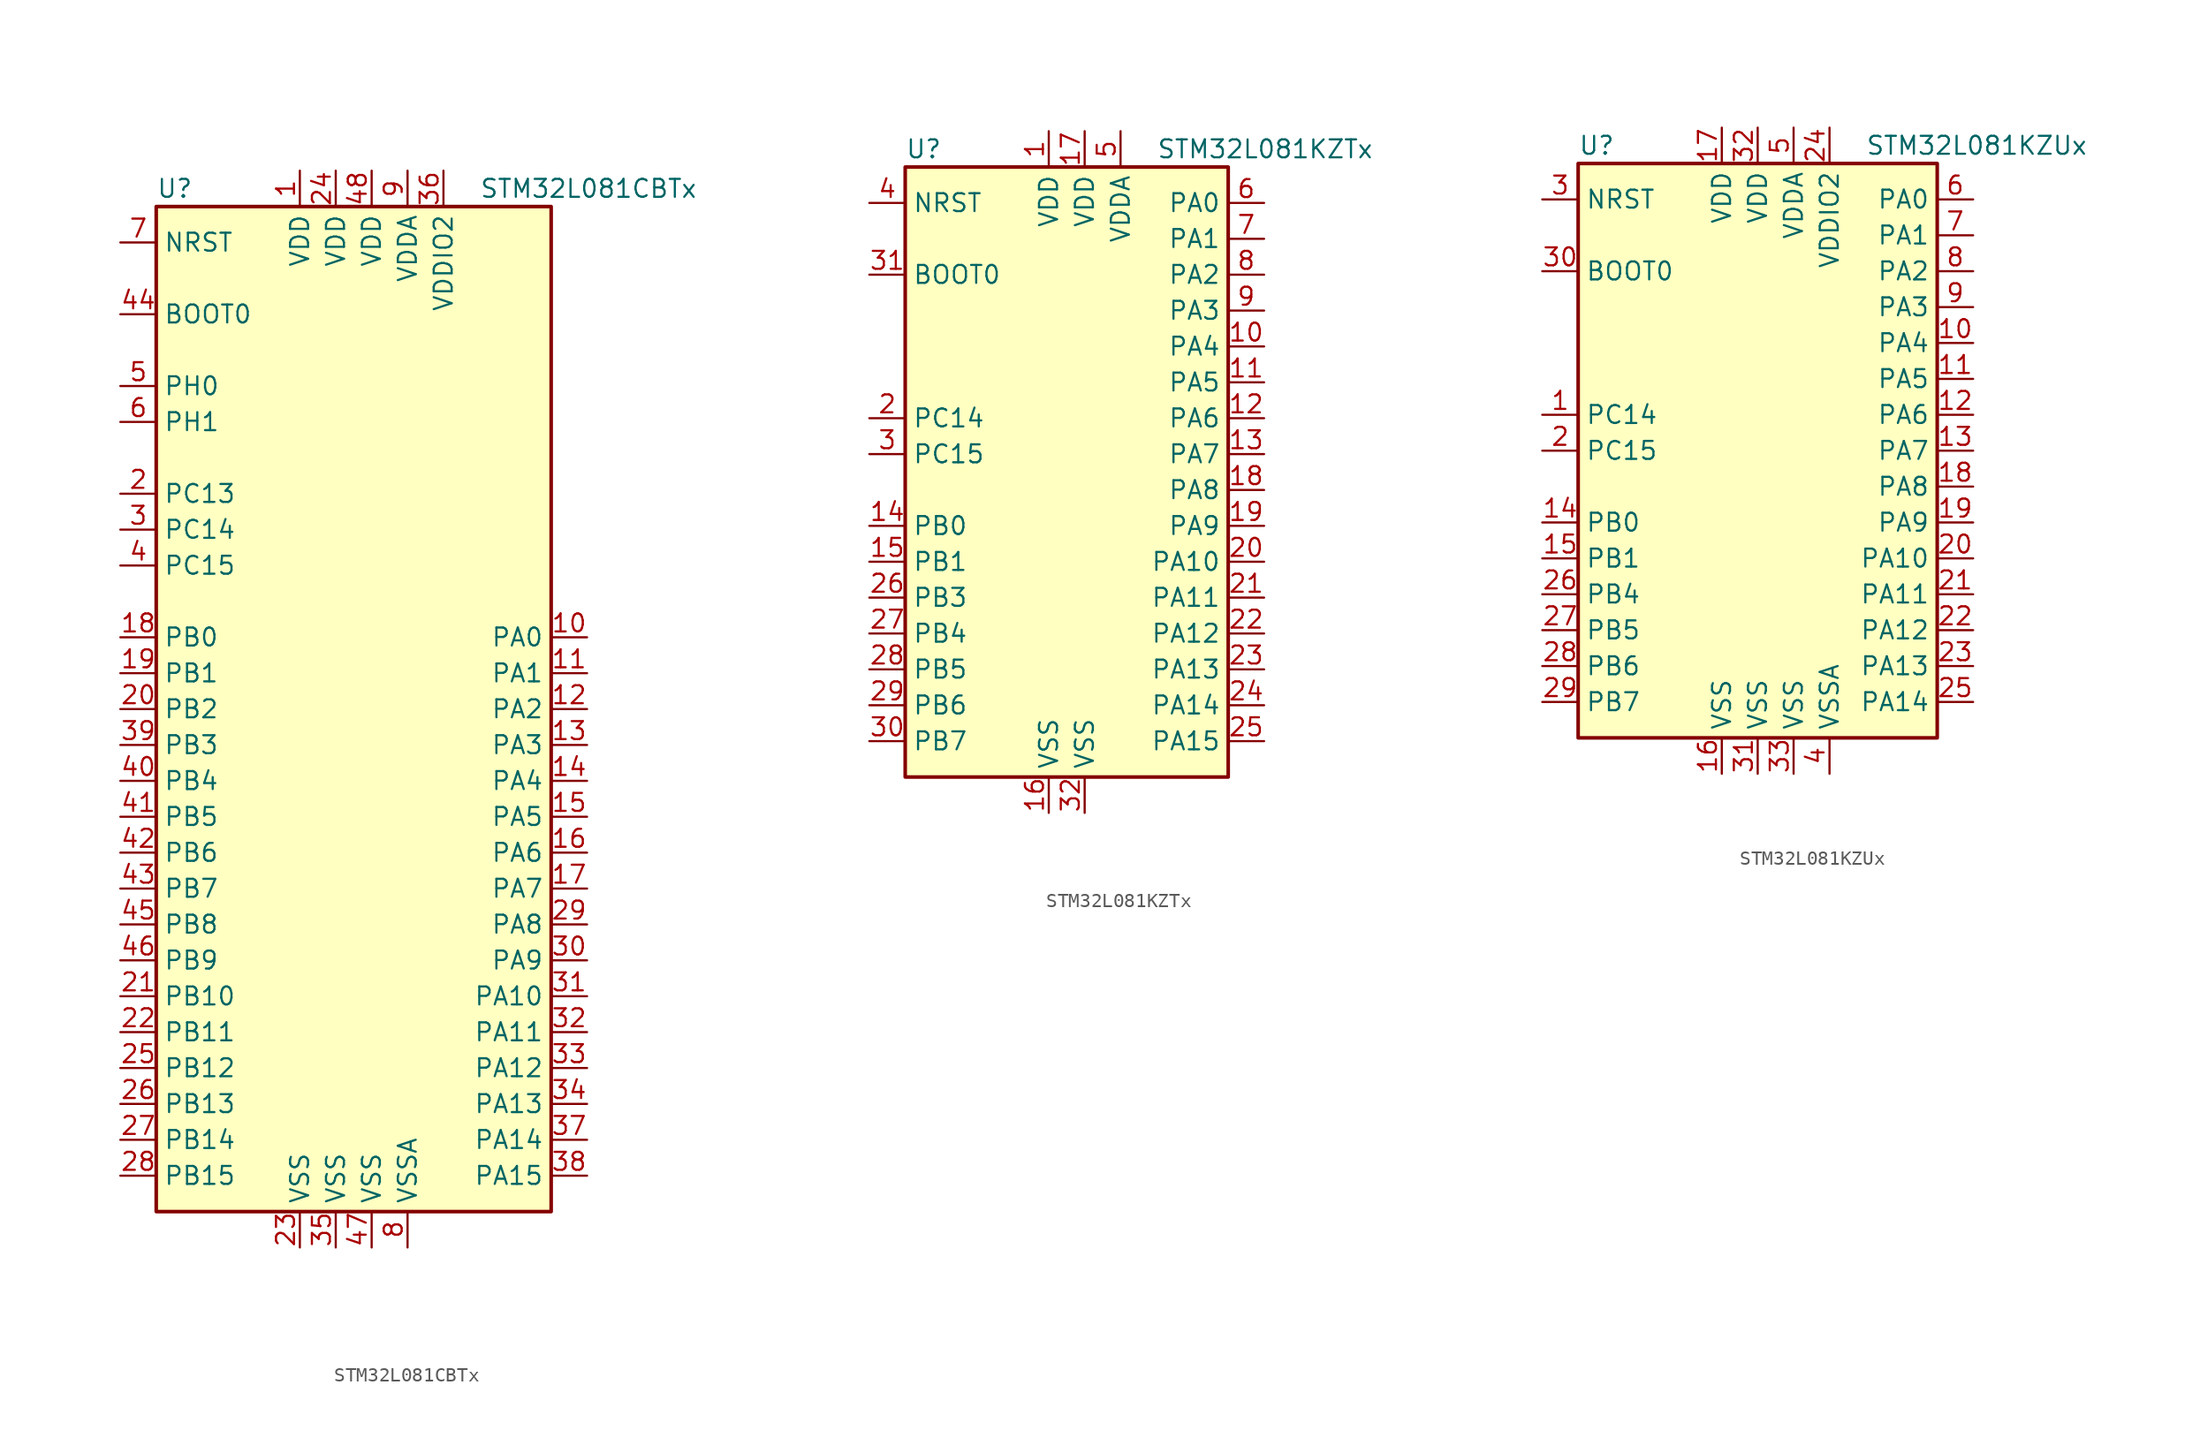
<source format=kicad_sym>
(kicad_symbol_lib
  (version 20201005)
  (generator kicad_symbol_editor)
  (symbol "STM32L081CBTx"
    (property "Reference" "U"
      (at -15.24 36.83 0)
      (effects (font (size 1.27 1.27)) (justify left)))
    (property "Value" "STM32L081CBTx"
      (at 7.62 36.83 0)
      (effects (font (size 1.27 1.27)) (justify left)))
    (symbol "STM32L081CBTx_0_1"
      (rectangle (start -15.24 -35.56) (end 12.7 35.56) (stroke (width 0.254)) (fill (type background))))
    (symbol "STM32L081CBTx_1_1"
      (pin power_in line (at -5.08 38.1 270) (length 2.54) (name "VDD" (effects (font (size 1.27 1.27)))) (number "1" (effects (font (size 1.27 1.27)))))
      (pin bidirectional line (at 15.24 5.08 180) (length 2.54) (name "PA0" (effects (font (size 1.27 1.27)))) (number "10" (effects (font (size 1.27 1.27)))))
      (pin bidirectional line (at 15.24 2.54 180) (length 2.54) (name "PA1" (effects (font (size 1.27 1.27)))) (number "11" (effects (font (size 1.27 1.27)))))
      (pin bidirectional line (at 15.24 0 180) (length 2.54) (name "PA2" (effects (font (size 1.27 1.27)))) (number "12" (effects (font (size 1.27 1.27)))))
      (pin bidirectional line (at 15.24 -2.54 180) (length 2.54) (name "PA3" (effects (font (size 1.27 1.27)))) (number "13" (effects (font (size 1.27 1.27)))))
      (pin bidirectional line (at 15.24 -5.08 180) (length 2.54) (name "PA4" (effects (font (size 1.27 1.27)))) (number "14" (effects (font (size 1.27 1.27)))))
      (pin bidirectional line (at 15.24 -7.62 180) (length 2.54) (name "PA5" (effects (font (size 1.27 1.27)))) (number "15" (effects (font (size 1.27 1.27)))))
      (pin bidirectional line (at 15.24 -10.16 180) (length 2.54) (name "PA6" (effects (font (size 1.27 1.27)))) (number "16" (effects (font (size 1.27 1.27)))))
      (pin bidirectional line (at 15.24 -12.7 180) (length 2.54) (name "PA7" (effects (font (size 1.27 1.27)))) (number "17" (effects (font (size 1.27 1.27)))))
      (pin bidirectional line (at -17.78 5.08 0) (length 2.54) (name "PB0" (effects (font (size 1.27 1.27)))) (number "18" (effects (font (size 1.27 1.27)))))
      (pin bidirectional line (at -17.78 2.54 0) (length 2.54) (name "PB1" (effects (font (size 1.27 1.27)))) (number "19" (effects (font (size 1.27 1.27)))))
      (pin bidirectional line (at -17.78 15.24 0) (length 2.54) (name "PC13" (effects (font (size 1.27 1.27)))) (number "2" (effects (font (size 1.27 1.27)))))
      (pin bidirectional line (at -17.78 0 0) (length 2.54) (name "PB2" (effects (font (size 1.27 1.27)))) (number "20" (effects (font (size 1.27 1.27)))))
      (pin bidirectional line (at -17.78 -20.32 0) (length 2.54) (name "PB10" (effects (font (size 1.27 1.27)))) (number "21" (effects (font (size 1.27 1.27)))))
      (pin bidirectional line (at -17.78 -22.86 0) (length 2.54) (name "PB11" (effects (font (size 1.27 1.27)))) (number "22" (effects (font (size 1.27 1.27)))))
      (pin power_in line (at -5.08 -38.1 90) (length 2.54) (name "VSS" (effects (font (size 1.27 1.27)))) (number "23" (effects (font (size 1.27 1.27)))))
      (pin power_in line (at -2.54 38.1 270) (length 2.54) (name "VDD" (effects (font (size 1.27 1.27)))) (number "24" (effects (font (size 1.27 1.27)))))
      (pin bidirectional line (at -17.78 -25.4 0) (length 2.54) (name "PB12" (effects (font (size 1.27 1.27)))) (number "25" (effects (font (size 1.27 1.27)))))
      (pin bidirectional line (at -17.78 -27.94 0) (length 2.54) (name "PB13" (effects (font (size 1.27 1.27)))) (number "26" (effects (font (size 1.27 1.27)))))
      (pin bidirectional line (at -17.78 -30.48 0) (length 2.54) (name "PB14" (effects (font (size 1.27 1.27)))) (number "27" (effects (font (size 1.27 1.27)))))
      (pin bidirectional line (at -17.78 -33.02 0) (length 2.54) (name "PB15" (effects (font (size 1.27 1.27)))) (number "28" (effects (font (size 1.27 1.27)))))
      (pin bidirectional line (at 15.24 -15.24 180) (length 2.54) (name "PA8" (effects (font (size 1.27 1.27)))) (number "29" (effects (font (size 1.27 1.27)))))
      (pin bidirectional line (at -17.78 12.7 0) (length 2.54) (name "PC14" (effects (font (size 1.27 1.27)))) (number "3" (effects (font (size 1.27 1.27)))))
      (pin bidirectional line (at 15.24 -17.78 180) (length 2.54) (name "PA9" (effects (font (size 1.27 1.27)))) (number "30" (effects (font (size 1.27 1.27)))))
      (pin bidirectional line (at 15.24 -20.32 180) (length 2.54) (name "PA10" (effects (font (size 1.27 1.27)))) (number "31" (effects (font (size 1.27 1.27)))))
      (pin bidirectional line (at 15.24 -22.86 180) (length 2.54) (name "PA11" (effects (font (size 1.27 1.27)))) (number "32" (effects (font (size 1.27 1.27)))))
      (pin bidirectional line (at 15.24 -25.4 180) (length 2.54) (name "PA12" (effects (font (size 1.27 1.27)))) (number "33" (effects (font (size 1.27 1.27)))))
      (pin bidirectional line (at 15.24 -27.94 180) (length 2.54) (name "PA13" (effects (font (size 1.27 1.27)))) (number "34" (effects (font (size 1.27 1.27)))))
      (pin power_in line (at -2.54 -38.1 90) (length 2.54) (name "VSS" (effects (font (size 1.27 1.27)))) (number "35" (effects (font (size 1.27 1.27)))))
      (pin power_in line (at 5.08 38.1 270) (length 2.54) (name "VDDIO2" (effects (font (size 1.27 1.27)))) (number "36" (effects (font (size 1.27 1.27)))))
      (pin bidirectional line (at 15.24 -30.48 180) (length 2.54) (name "PA14" (effects (font (size 1.27 1.27)))) (number "37" (effects (font (size 1.27 1.27)))))
      (pin bidirectional line (at 15.24 -33.02 180) (length 2.54) (name "PA15" (effects (font (size 1.27 1.27)))) (number "38" (effects (font (size 1.27 1.27)))))
      (pin bidirectional line (at -17.78 -2.54 0) (length 2.54) (name "PB3" (effects (font (size 1.27 1.27)))) (number "39" (effects (font (size 1.27 1.27)))))
      (pin bidirectional line (at -17.78 10.16 0) (length 2.54) (name "PC15" (effects (font (size 1.27 1.27)))) (number "4" (effects (font (size 1.27 1.27)))))
      (pin bidirectional line (at -17.78 -5.08 0) (length 2.54) (name "PB4" (effects (font (size 1.27 1.27)))) (number "40" (effects (font (size 1.27 1.27)))))
      (pin bidirectional line (at -17.78 -7.62 0) (length 2.54) (name "PB5" (effects (font (size 1.27 1.27)))) (number "41" (effects (font (size 1.27 1.27)))))
      (pin bidirectional line (at -17.78 -10.16 0) (length 2.54) (name "PB6" (effects (font (size 1.27 1.27)))) (number "42" (effects (font (size 1.27 1.27)))))
      (pin bidirectional line (at -17.78 -12.7 0) (length 2.54) (name "PB7" (effects (font (size 1.27 1.27)))) (number "43" (effects (font (size 1.27 1.27)))))
      (pin input line (at -17.78 27.94 0) (length 2.54) (name "BOOT0" (effects (font (size 1.27 1.27)))) (number "44" (effects (font (size 1.27 1.27)))))
      (pin bidirectional line (at -17.78 -15.24 0) (length 2.54) (name "PB8" (effects (font (size 1.27 1.27)))) (number "45" (effects (font (size 1.27 1.27)))))
      (pin bidirectional line (at -17.78 -17.78 0) (length 2.54) (name "PB9" (effects (font (size 1.27 1.27)))) (number "46" (effects (font (size 1.27 1.27)))))
      (pin power_in line (at 0 -38.1 90) (length 2.54) (name "VSS" (effects (font (size 1.27 1.27)))) (number "47" (effects (font (size 1.27 1.27)))))
      (pin power_in line (at 0 38.1 270) (length 2.54) (name "VDD" (effects (font (size 1.27 1.27)))) (number "48" (effects (font (size 1.27 1.27)))))
      (pin input line (at -17.78 22.86 0) (length 2.54) (name "PH0" (effects (font (size 1.27 1.27)))) (number "5" (effects (font (size 1.27 1.27)))))
      (pin input line (at -17.78 20.32 0) (length 2.54) (name "PH1" (effects (font (size 1.27 1.27)))) (number "6" (effects (font (size 1.27 1.27)))))
      (pin input line (at -17.78 33.02 0) (length 2.54) (name "NRST" (effects (font (size 1.27 1.27)))) (number "7" (effects (font (size 1.27 1.27)))))
      (pin power_in line (at 2.54 -38.1 90) (length 2.54) (name "VSSA" (effects (font (size 1.27 1.27)))) (number "8" (effects (font (size 1.27 1.27)))))
      (pin power_in line (at 2.54 38.1 270) (length 2.54) (name "VDDA" (effects (font (size 1.27 1.27)))) (number "9" (effects (font (size 1.27 1.27)))))))
  (symbol "STM32L081KZTx"
    (property "Reference" "U"
      (at -12.7 21.59 0)
      (effects (font (size 1.27 1.27)) (justify left)))
    (property "Value" "STM32L081KZTx"
      (at 5.08 21.59 0)
      (effects (font (size 1.27 1.27)) (justify left)))
    (symbol "STM32L081KZTx_0_1"
      (rectangle (start -12.7 -22.86) (end 10.16 20.32) (stroke (width 0.254)) (fill (type background))))
    (symbol "STM32L081KZTx_1_1"
      (pin power_in line (at -2.54 22.86 270) (length 2.54) (name "VDD" (effects (font (size 1.27 1.27)))) (number "1" (effects (font (size 1.27 1.27)))))
      (pin bidirectional line (at 12.7 7.62 180) (length 2.54) (name "PA4" (effects (font (size 1.27 1.27)))) (number "10" (effects (font (size 1.27 1.27)))))
      (pin bidirectional line (at 12.7 5.08 180) (length 2.54) (name "PA5" (effects (font (size 1.27 1.27)))) (number "11" (effects (font (size 1.27 1.27)))))
      (pin bidirectional line (at 12.7 2.54 180) (length 2.54) (name "PA6" (effects (font (size 1.27 1.27)))) (number "12" (effects (font (size 1.27 1.27)))))
      (pin bidirectional line (at 12.7 0 180) (length 2.54) (name "PA7" (effects (font (size 1.27 1.27)))) (number "13" (effects (font (size 1.27 1.27)))))
      (pin bidirectional line (at -15.24 -5.08 0) (length 2.54) (name "PB0" (effects (font (size 1.27 1.27)))) (number "14" (effects (font (size 1.27 1.27)))))
      (pin bidirectional line (at -15.24 -7.62 0) (length 2.54) (name "PB1" (effects (font (size 1.27 1.27)))) (number "15" (effects (font (size 1.27 1.27)))))
      (pin power_in line (at -2.54 -25.4 90) (length 2.54) (name "VSS" (effects (font (size 1.27 1.27)))) (number "16" (effects (font (size 1.27 1.27)))))
      (pin power_in line (at 0 22.86 270) (length 2.54) (name "VDD" (effects (font (size 1.27 1.27)))) (number "17" (effects (font (size 1.27 1.27)))))
      (pin bidirectional line (at 12.7 -2.54 180) (length 2.54) (name "PA8" (effects (font (size 1.27 1.27)))) (number "18" (effects (font (size 1.27 1.27)))))
      (pin bidirectional line (at 12.7 -5.08 180) (length 2.54) (name "PA9" (effects (font (size 1.27 1.27)))) (number "19" (effects (font (size 1.27 1.27)))))
      (pin bidirectional line (at -15.24 2.54 0) (length 2.54) (name "PC14" (effects (font (size 1.27 1.27)))) (number "2" (effects (font (size 1.27 1.27)))))
      (pin bidirectional line (at 12.7 -7.62 180) (length 2.54) (name "PA10" (effects (font (size 1.27 1.27)))) (number "20" (effects (font (size 1.27 1.27)))))
      (pin bidirectional line (at 12.7 -10.16 180) (length 2.54) (name "PA11" (effects (font (size 1.27 1.27)))) (number "21" (effects (font (size 1.27 1.27)))))
      (pin bidirectional line (at 12.7 -12.7 180) (length 2.54) (name "PA12" (effects (font (size 1.27 1.27)))) (number "22" (effects (font (size 1.27 1.27)))))
      (pin bidirectional line (at 12.7 -15.24 180) (length 2.54) (name "PA13" (effects (font (size 1.27 1.27)))) (number "23" (effects (font (size 1.27 1.27)))))
      (pin bidirectional line (at 12.7 -17.78 180) (length 2.54) (name "PA14" (effects (font (size 1.27 1.27)))) (number "24" (effects (font (size 1.27 1.27)))))
      (pin bidirectional line (at 12.7 -20.32 180) (length 2.54) (name "PA15" (effects (font (size 1.27 1.27)))) (number "25" (effects (font (size 1.27 1.27)))))
      (pin bidirectional line (at -15.24 -10.16 0) (length 2.54) (name "PB3" (effects (font (size 1.27 1.27)))) (number "26" (effects (font (size 1.27 1.27)))))
      (pin bidirectional line (at -15.24 -12.7 0) (length 2.54) (name "PB4" (effects (font (size 1.27 1.27)))) (number "27" (effects (font (size 1.27 1.27)))))
      (pin bidirectional line (at -15.24 -15.24 0) (length 2.54) (name "PB5" (effects (font (size 1.27 1.27)))) (number "28" (effects (font (size 1.27 1.27)))))
      (pin bidirectional line (at -15.24 -17.78 0) (length 2.54) (name "PB6" (effects (font (size 1.27 1.27)))) (number "29" (effects (font (size 1.27 1.27)))))
      (pin bidirectional line (at -15.24 0 0) (length 2.54) (name "PC15" (effects (font (size 1.27 1.27)))) (number "3" (effects (font (size 1.27 1.27)))))
      (pin bidirectional line (at -15.24 -20.32 0) (length 2.54) (name "PB7" (effects (font (size 1.27 1.27)))) (number "30" (effects (font (size 1.27 1.27)))))
      (pin input line (at -15.24 12.7 0) (length 2.54) (name "BOOT0" (effects (font (size 1.27 1.27)))) (number "31" (effects (font (size 1.27 1.27)))))
      (pin power_in line (at 0 -25.4 90) (length 2.54) (name "VSS" (effects (font (size 1.27 1.27)))) (number "32" (effects (font (size 1.27 1.27)))))
      (pin input line (at -15.24 17.78 0) (length 2.54) (name "NRST" (effects (font (size 1.27 1.27)))) (number "4" (effects (font (size 1.27 1.27)))))
      (pin power_in line (at 2.54 22.86 270) (length 2.54) (name "VDDA" (effects (font (size 1.27 1.27)))) (number "5" (effects (font (size 1.27 1.27)))))
      (pin bidirectional line (at 12.7 17.78 180) (length 2.54) (name "PA0" (effects (font (size 1.27 1.27)))) (number "6" (effects (font (size 1.27 1.27)))))
      (pin bidirectional line (at 12.7 15.24 180) (length 2.54) (name "PA1" (effects (font (size 1.27 1.27)))) (number "7" (effects (font (size 1.27 1.27)))))
      (pin bidirectional line (at 12.7 12.7 180) (length 2.54) (name "PA2" (effects (font (size 1.27 1.27)))) (number "8" (effects (font (size 1.27 1.27)))))
      (pin bidirectional line (at 12.7 10.16 180) (length 2.54) (name "PA3" (effects (font (size 1.27 1.27)))) (number "9" (effects (font (size 1.27 1.27)))))))
  (symbol "STM32L081KZUx"
    (property "Reference" "U"
      (at -12.7 21.59 0)
      (effects (font (size 1.27 1.27)) (justify left)))
    (property "Value" "STM32L081KZUx"
      (at 7.62 21.59 0)
      (effects (font (size 1.27 1.27)) (justify left)))
    (symbol "STM32L081KZUx_0_1"
      (rectangle (start -12.7 -20.32) (end 12.7 20.32) (stroke (width 0.254)) (fill (type background))))
    (symbol "STM32L081KZUx_1_1"
      (pin bidirectional line (at -15.24 2.54 0) (length 2.54) (name "PC14" (effects (font (size 1.27 1.27)))) (number "1" (effects (font (size 1.27 1.27)))))
      (pin bidirectional line (at 15.24 7.62 180) (length 2.54) (name "PA4" (effects (font (size 1.27 1.27)))) (number "10" (effects (font (size 1.27 1.27)))))
      (pin bidirectional line (at 15.24 5.08 180) (length 2.54) (name "PA5" (effects (font (size 1.27 1.27)))) (number "11" (effects (font (size 1.27 1.27)))))
      (pin bidirectional line (at 15.24 2.54 180) (length 2.54) (name "PA6" (effects (font (size 1.27 1.27)))) (number "12" (effects (font (size 1.27 1.27)))))
      (pin bidirectional line (at 15.24 0 180) (length 2.54) (name "PA7" (effects (font (size 1.27 1.27)))) (number "13" (effects (font (size 1.27 1.27)))))
      (pin bidirectional line (at -15.24 -5.08 0) (length 2.54) (name "PB0" (effects (font (size 1.27 1.27)))) (number "14" (effects (font (size 1.27 1.27)))))
      (pin bidirectional line (at -15.24 -7.62 0) (length 2.54) (name "PB1" (effects (font (size 1.27 1.27)))) (number "15" (effects (font (size 1.27 1.27)))))
      (pin power_in line (at -2.54 -22.86 90) (length 2.54) (name "VSS" (effects (font (size 1.27 1.27)))) (number "16" (effects (font (size 1.27 1.27)))))
      (pin power_in line (at -2.54 22.86 270) (length 2.54) (name "VDD" (effects (font (size 1.27 1.27)))) (number "17" (effects (font (size 1.27 1.27)))))
      (pin bidirectional line (at 15.24 -2.54 180) (length 2.54) (name "PA8" (effects (font (size 1.27 1.27)))) (number "18" (effects (font (size 1.27 1.27)))))
      (pin bidirectional line (at 15.24 -5.08 180) (length 2.54) (name "PA9" (effects (font (size 1.27 1.27)))) (number "19" (effects (font (size 1.27 1.27)))))
      (pin bidirectional line (at -15.24 0 0) (length 2.54) (name "PC15" (effects (font (size 1.27 1.27)))) (number "2" (effects (font (size 1.27 1.27)))))
      (pin bidirectional line (at 15.24 -7.62 180) (length 2.54) (name "PA10" (effects (font (size 1.27 1.27)))) (number "20" (effects (font (size 1.27 1.27)))))
      (pin bidirectional line (at 15.24 -10.16 180) (length 2.54) (name "PA11" (effects (font (size 1.27 1.27)))) (number "21" (effects (font (size 1.27 1.27)))))
      (pin bidirectional line (at 15.24 -12.7 180) (length 2.54) (name "PA12" (effects (font (size 1.27 1.27)))) (number "22" (effects (font (size 1.27 1.27)))))
      (pin bidirectional line (at 15.24 -15.24 180) (length 2.54) (name "PA13" (effects (font (size 1.27 1.27)))) (number "23" (effects (font (size 1.27 1.27)))))
      (pin power_in line (at 5.08 22.86 270) (length 2.54) (name "VDDIO2" (effects (font (size 1.27 1.27)))) (number "24" (effects (font (size 1.27 1.27)))))
      (pin bidirectional line (at 15.24 -17.78 180) (length 2.54) (name "PA14" (effects (font (size 1.27 1.27)))) (number "25" (effects (font (size 1.27 1.27)))))
      (pin bidirectional line (at -15.24 -10.16 0) (length 2.54) (name "PB4" (effects (font (size 1.27 1.27)))) (number "26" (effects (font (size 1.27 1.27)))))
      (pin bidirectional line (at -15.24 -12.7 0) (length 2.54) (name "PB5" (effects (font (size 1.27 1.27)))) (number "27" (effects (font (size 1.27 1.27)))))
      (pin bidirectional line (at -15.24 -15.24 0) (length 2.54) (name "PB6" (effects (font (size 1.27 1.27)))) (number "28" (effects (font (size 1.27 1.27)))))
      (pin bidirectional line (at -15.24 -17.78 0) (length 2.54) (name "PB7" (effects (font (size 1.27 1.27)))) (number "29" (effects (font (size 1.27 1.27)))))
      (pin input line (at -15.24 17.78 0) (length 2.54) (name "NRST" (effects (font (size 1.27 1.27)))) (number "3" (effects (font (size 1.27 1.27)))))
      (pin input line (at -15.24 12.7 0) (length 2.54) (name "BOOT0" (effects (font (size 1.27 1.27)))) (number "30" (effects (font (size 1.27 1.27)))))
      (pin power_in line (at 0 -22.86 90) (length 2.54) (name "VSS" (effects (font (size 1.27 1.27)))) (number "31" (effects (font (size 1.27 1.27)))))
      (pin power_in line (at 0 22.86 270) (length 2.54) (name "VDD" (effects (font (size 1.27 1.27)))) (number "32" (effects (font (size 1.27 1.27)))))
      (pin power_in line (at 2.54 -22.86 90) (length 2.54) (name "VSS" (effects (font (size 1.27 1.27)))) (number "33" (effects (font (size 1.27 1.27)))))
      (pin power_in line (at 5.08 -22.86 90) (length 2.54) (name "VSSA" (effects (font (size 1.27 1.27)))) (number "4" (effects (font (size 1.27 1.27)))))
      (pin power_in line (at 2.54 22.86 270) (length 2.54) (name "VDDA" (effects (font (size 1.27 1.27)))) (number "5" (effects (font (size 1.27 1.27)))))
      (pin bidirectional line (at 15.24 17.78 180) (length 2.54) (name "PA0" (effects (font (size 1.27 1.27)))) (number "6" (effects (font (size 1.27 1.27)))))
      (pin bidirectional line (at 15.24 15.24 180) (length 2.54) (name "PA1" (effects (font (size 1.27 1.27)))) (number "7" (effects (font (size 1.27 1.27)))))
      (pin bidirectional line (at 15.24 12.7 180) (length 2.54) (name "PA2" (effects (font (size 1.27 1.27)))) (number "8" (effects (font (size 1.27 1.27)))))
      (pin bidirectional line (at 15.24 10.16 180) (length 2.54) (name "PA3" (effects (font (size 1.27 1.27)))) (number "9" (effects (font (size 1.27 1.27))))))))
</source>
